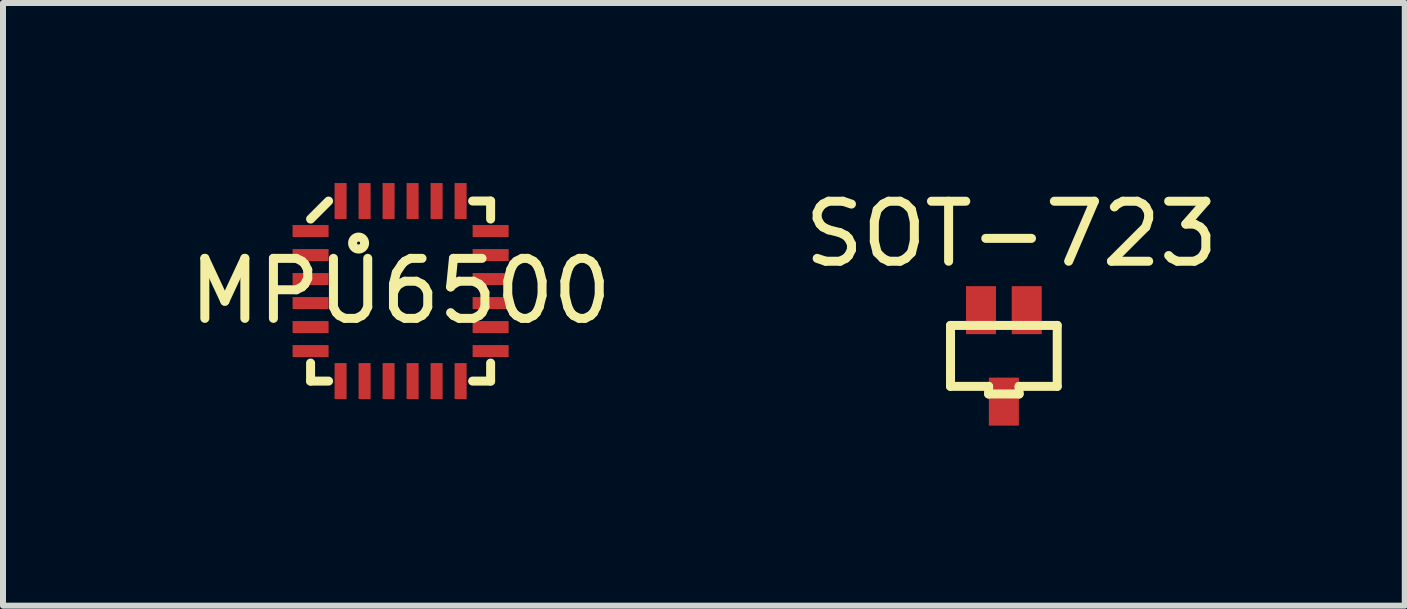
<source format=kicad_pcb>
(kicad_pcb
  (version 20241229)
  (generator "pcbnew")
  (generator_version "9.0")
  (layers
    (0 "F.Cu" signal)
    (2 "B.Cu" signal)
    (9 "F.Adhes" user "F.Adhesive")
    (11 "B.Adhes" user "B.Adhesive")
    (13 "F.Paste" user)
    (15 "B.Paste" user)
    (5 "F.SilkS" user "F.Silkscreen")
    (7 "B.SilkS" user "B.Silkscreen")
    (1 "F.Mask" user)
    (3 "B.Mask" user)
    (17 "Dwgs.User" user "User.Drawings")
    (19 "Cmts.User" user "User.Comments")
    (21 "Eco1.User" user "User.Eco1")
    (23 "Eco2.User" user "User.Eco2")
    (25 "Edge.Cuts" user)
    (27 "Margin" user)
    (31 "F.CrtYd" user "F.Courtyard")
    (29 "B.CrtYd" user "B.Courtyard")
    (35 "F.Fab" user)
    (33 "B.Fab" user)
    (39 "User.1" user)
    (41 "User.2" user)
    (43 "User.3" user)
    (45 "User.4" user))
  (footprint "SOT-723"
    (layer "F.Cu")
    (at 13.677 2.88)
    (property "Reference" "SOT-723" (at 0.127 -2.032 0) (layer "F.SilkS") (effects (font (size 1 1) (thickness 0.15))))
    (attr smd)
    (fp_line (start -0.889 -0.508) (end -0.889 0.508) (stroke (width 0.15) (type solid)) (layer "F.SilkS"))
    (fp_line (start -0.889 0.508) (end -0.254 0.508) (stroke (width 0.15) (type solid)) (layer "F.SilkS"))
    (fp_line (start -0.254 0.508) (end -0.254 0.635) (stroke (width 0.15) (type solid)) (layer "F.SilkS"))
    (fp_line (start -0.254 0.635) (end 0.254 0.635) (stroke (width 0.15) (type solid)) (layer "F.SilkS"))
    (fp_line (start 0.254 0.508) (end 0.889 0.508) (stroke (width 0.15) (type solid)) (layer "F.SilkS"))
    (fp_line (start 0.254 0.635) (end 0.254 0.508) (stroke (width 0.15) (type solid)) (layer "F.SilkS"))
    (fp_line (start 0.889 -0.508) (end -0.889 -0.508) (stroke (width 0.15) (type solid)) (layer "F.SilkS"))
    (fp_line (start 0.889 0.508) (end 0.889 -0.508) (stroke (width 0.15) (type solid)) (layer "F.SilkS"))
    (pad "1" smd rect (at 0.381 -0.762) (size 0.5 0.8) (layers "F.Cu" "F.Mask" "F.Paste"))
    (pad "2" smd rect (at -0.381 -0.762) (size 0.5 0.8) (layers "F.Cu" "F.Mask" "F.Paste"))
    (pad "3" smd rect (at 0 0.762) (size 0.5 0.8) (layers "F.Cu" "F.Mask" "F.Paste")))
  (footprint "MPU6500"
    (layer "F.Cu")
    (at 3.625 1.8)
    (property "Reference" "MPU6500" (at 0 0 0) (layer "F.SilkS") (effects (font (size 1 1) (thickness 0.15))))
    (attr through_hole)
    (fp_line (start -1.5 -1.2) (end -1.2 -1.5) (stroke (width 0.15) (type solid)) (layer "F.SilkS"))
    (fp_line (start -1.5 1.2) (end -1.5 1.5) (stroke (width 0.15) (type solid)) (layer "F.SilkS"))
    (fp_line (start -1.5 1.5) (end -1.2 1.5) (stroke (width 0.15) (type solid)) (layer "F.SilkS"))
    (fp_line (start 1.2 1.5) (end 1.5 1.5) (stroke (width 0.15) (type solid)) (layer "F.SilkS"))
    (fp_line (start 1.5 -1.5) (end 1.2 -1.5) (stroke (width 0.15) (type solid)) (layer "F.SilkS"))
    (fp_line (start 1.5 -1.2) (end 1.5 -1.5) (stroke (width 0.15) (type solid)) (layer "F.SilkS"))
    (fp_line (start 1.5 1.5) (end 1.5 1.2) (stroke (width 0.15) (type solid)) (layer "F.SilkS"))
    (fp_circle (center -0.7 -0.8) (end -0.6 -0.8) (stroke (width 0.15) (type solid)) (fill no) (layer "F.SilkS"))
    (pad "1" smd rect (at -1.5 -1) (size 0.6 0.2) (layers "F.Cu" "F.Mask" "F.Paste"))
    (pad "2" smd rect (at -1.5 -0.6) (size 0.6 0.2) (layers "F.Cu" "F.Mask" "F.Paste"))
    (pad "3" smd rect (at -1.5 -0.2) (size 0.6 0.2) (layers "F.Cu" "F.Mask" "F.Paste"))
    (pad "4" smd rect (at -1.5 0.2) (size 0.6 0.2) (layers "F.Cu" "F.Mask" "F.Paste"))
    (pad "5" smd rect (at -1.5 0.6) (size 0.6 0.2) (layers "F.Cu" "F.Mask" "F.Paste"))
    (pad "6" smd rect (at -1.5 1) (size 0.6 0.2) (layers "F.Cu" "F.Mask" "F.Paste"))
    (pad "7" smd rect (at -1 1.5) (size 0.2 0.6) (layers "F.Cu" "F.Mask" "F.Paste"))
    (pad "8" smd rect (at -0.6 1.5) (size 0.2 0.6) (layers "F.Cu" "F.Mask" "F.Paste"))
    (pad "9" smd rect (at -0.2 1.5) (size 0.2 0.6) (layers "F.Cu" "F.Mask" "F.Paste"))
    (pad "10" smd rect (at 0.2 1.5) (size 0.2 0.6) (layers "F.Cu" "F.Mask" "F.Paste"))
    (pad "11" smd rect (at 0.6 1.5) (size 0.2 0.6) (layers "F.Cu" "F.Mask" "F.Paste"))
    (pad "12" smd rect (at 1 1.5) (size 0.2 0.6) (layers "F.Cu" "F.Mask" "F.Paste"))
    (pad "13" smd rect (at 1.5 1) (size 0.6 0.2) (layers "F.Cu" "F.Mask" "F.Paste"))
    (pad "14" smd rect (at 1.5 0.6) (size 0.6 0.2) (layers "F.Cu" "F.Mask" "F.Paste"))
    (pad "15" smd rect (at 1.5 0.2) (size 0.6 0.2) (layers "F.Cu" "F.Mask" "F.Paste"))
    (pad "16" smd rect (at 1.5 -0.2) (size 0.6 0.2) (layers "F.Cu" "F.Mask" "F.Paste"))
    (pad "17" smd rect (at 1.5 -0.6) (size 0.6 0.2) (layers "F.Cu" "F.Mask" "F.Paste"))
    (pad "18" smd rect (at 1.5 -1) (size 0.6 0.2) (layers "F.Cu" "F.Mask" "F.Paste"))
    (pad "19" smd rect (at 1 -1.5) (size 0.2 0.6) (layers "F.Cu" "F.Mask" "F.Paste"))
    (pad "20" smd rect (at 0.6 -1.5) (size 0.2 0.6) (layers "F.Cu" "F.Mask" "F.Paste"))
    (pad "21" smd rect (at 0.2 -1.5) (size 0.2 0.6) (layers "F.Cu" "F.Mask" "F.Paste"))
    (pad "22" smd rect (at -0.2 -1.5) (size 0.2 0.6) (layers "F.Cu" "F.Mask" "F.Paste"))
    (pad "23" smd rect (at -0.6 -1.5) (size 0.2 0.6) (layers "F.Cu" "F.Mask" "F.Paste"))
    (pad "24" smd rect (at -1 -1.5) (size 0.2 0.6) (layers "F.Cu" "F.Mask" "F.Paste")))
  (gr_rect
    (start -3 -3)
    (end 20.357 7.042)
    (stroke (width 0.1) (type default))
    (fill no)
    (layer "Edge.Cuts")))
</source>
